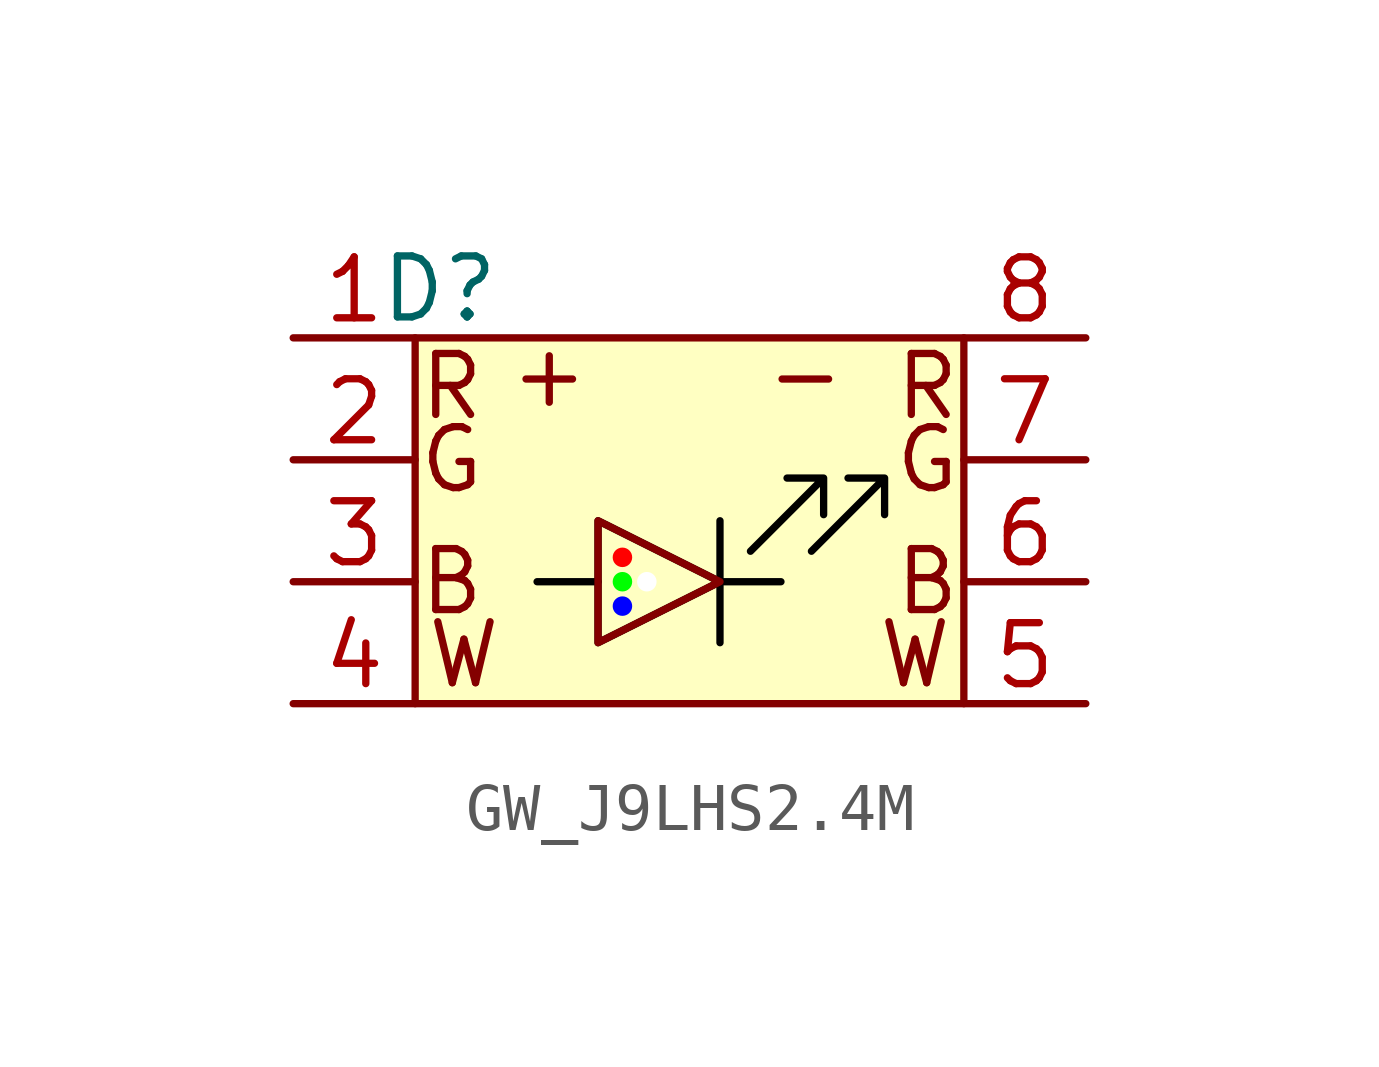
<source format=kicad_sym>
(kicad_symbol_lib
  (version 20241209)
  (generator "kicad_symbol_editor")
  (generator_version "9.0")
  (symbol "GW_J9LHS2.4M"
    (property "Reference" "D"
      (at -4.572 1.016 0)
      (effects (font (size 1.27 1.27))))
    (symbol "GW_J9LHS2.4M_0_1"
      (polyline (pts (xy -1.27 -3.81) (xy -1.27 -6.35) (xy 1.27 -5.08) (xy -1.27 -3.81)) (stroke (width 0) (type default) (color 0 0 0 1)) (fill (type color) (color 0 0 0 1)))
      (polyline (pts (xy -1.27 -5.08) (xy -2.54 -5.08)) (stroke (width 0) (type default) (color 0 0 0 1)) (fill (type none)))
      (polyline (pts (xy 1.27 -3.81) (xy 1.27 -6.35)) (stroke (width 0) (type default) (color 0 0 0 1)) (fill (type none)))
      (polyline (pts (xy 1.905 -4.445) (xy 3.429 -2.921) (xy 2.667 -2.921) (xy 3.429 -2.921) (xy 3.429 -3.683)) (stroke (width 0) (type default) (color 0 0 0 1)) (fill (type none)))
      (polyline (pts (xy 2.54 -5.08) (xy 1.27 -5.08)) (stroke (width 0) (type default) (color 0 0 0 1)) (fill (type none)))
      (polyline (pts (xy 3.175 -4.445) (xy 4.699 -2.921) (xy 3.937 -2.921) (xy 4.699 -2.921) (xy 4.699 -3.683)) (stroke (width 0) (type default) (color 0 0 0 1)) (fill (type none))))
    (symbol "GW_J9LHS2.4M_1_1"
      (rectangle (start -5.08 0) (end 6.35 -7.62) (stroke (width 0) (type solid)) (fill (type color) (color 255 255 194 1)))
      (circle (center -0.762 -4.572) (radius 0.127) (stroke (width 0) (type default) (color 255 0 0 1)) (fill (type outline)))
      (circle (center -0.762 -5.08) (radius 0.127) (stroke (width 0) (type default) (color 0 255 0 1)) (fill (type outline)))
      (circle (center -0.762 -5.588) (radius 0.127) (stroke (width 0) (type default) (color 0 0 255 1)) (fill (type outline)))
      (circle (center -0.254 -5.08) (radius 0.127) (stroke (width 0) (type default) (color 255 255 255 1)) (fill (type outline)))
      (polyline (pts (xy 1.27 -5.08) (xy -1.27 -6.35) (xy -1.27 -3.81) (xy 1.27 -5.08)) (stroke (width 0) (type default)) (fill (type none)))
      (text "R" (at -4.318 -1.016 0) (effects (font (size 1.27 1.27))))
      (text "G" (at -4.318 -2.54 0) (effects (font (size 1.27 1.27))))
      (text "B" (at -4.318 -5.08 0) (effects (font (size 1.27 1.27))))
      (text "W" (at -4.064 -6.604 0) (effects (font (size 1.27 1.27))))
      (text "+" (at -2.286 -0.762 0) (effects (font (size 1.27 1.27))))
      (text "-" (at 3.048 -0.762 0) (effects (font (size 1.27 1.27))))
      (text "W" (at 5.334 -6.604 0) (effects (font (size 1.27 1.27))))
      (text "R" (at 5.588 -1.016 0) (effects (font (size 1.27 1.27))))
      (text "G" (at 5.588 -2.54 0) (effects (font (size 1.27 1.27))))
      (text "B" (at 5.588 -5.08 0) (effects (font (size 1.27 1.27))))
      (pin passive line (at -7.62 0 0) (length 2.54) (name "" (effects (font (size 1.27 1.27)))) (number "1" (effects (font (size 1.27 1.27)))))
      (pin passive line (at -7.62 -2.54 0) (length 2.54) (name "" (effects (font (size 1.27 1.27)))) (number "2" (effects (font (size 1.27 1.27)))))
      (pin passive line (at -7.62 -5.08 0) (length 2.54) (name "" (effects (font (size 1.27 1.27)))) (number "3" (effects (font (size 1.27 1.27)))))
      (pin passive line (at -7.62 -7.62 0) (length 2.54) (name "" (effects (font (size 1.27 1.27)))) (number "4" (effects (font (size 1.27 1.27)))))
      (pin passive line (at 8.89 0 180) (length 2.54) (name "" (effects (font (size 1.27 1.27)))) (number "8" (effects (font (size 1.27 1.27)))))
      (pin passive line (at 8.89 -2.54 180) (length 2.54) (name "" (effects (font (size 1.27 1.27)))) (number "7" (effects (font (size 1.27 1.27)))))
      (pin passive line (at 8.89 -5.08 180) (length 2.54) (name "" (effects (font (size 1.27 1.27)))) (number "6" (effects (font (size 1.27 1.27)))))
      (pin passive line (at 8.89 -7.62 180) (length 2.54) (name "" (effects (font (size 1.27 1.27)))) (number "5" (effects (font (size 1.27 1.27))))))))
</source>
